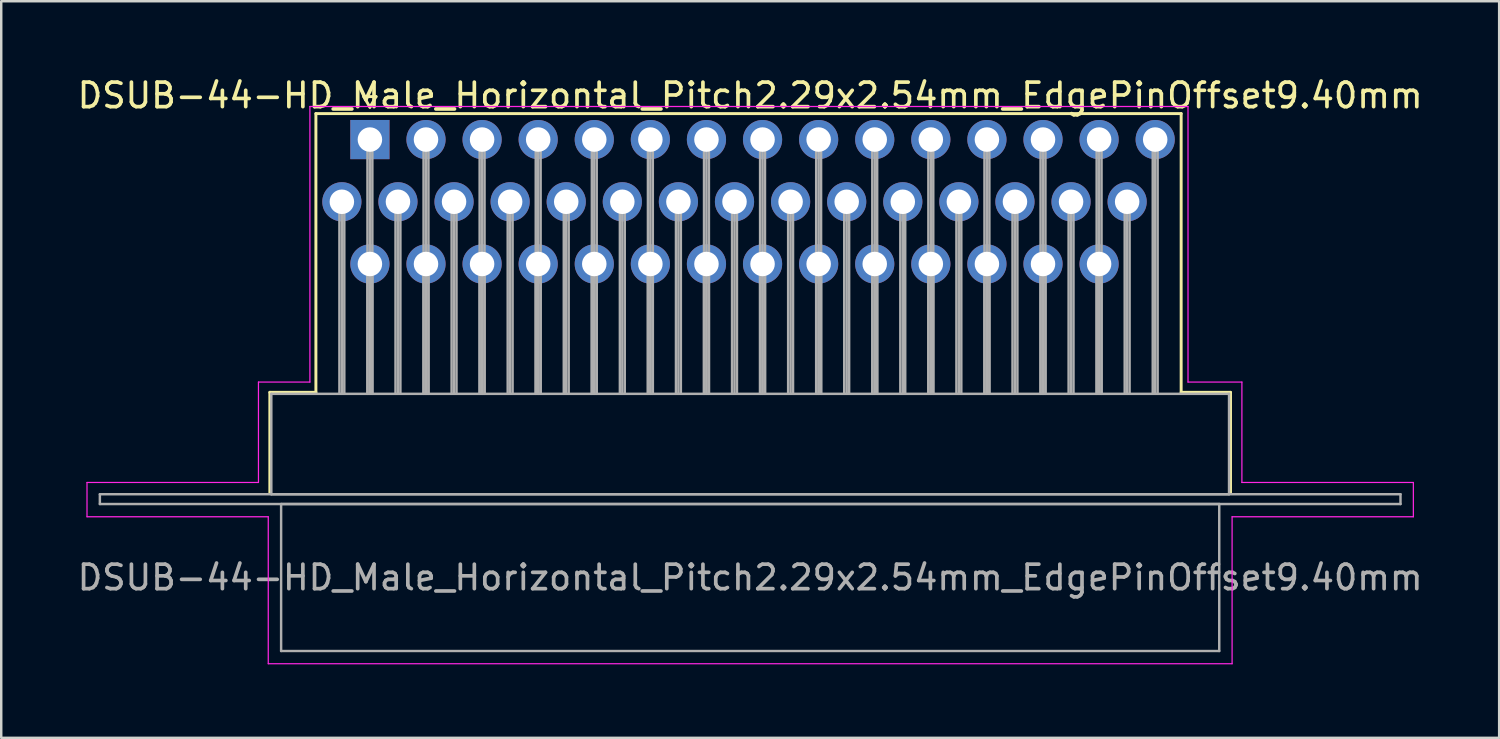
<source format=kicad_pcb>
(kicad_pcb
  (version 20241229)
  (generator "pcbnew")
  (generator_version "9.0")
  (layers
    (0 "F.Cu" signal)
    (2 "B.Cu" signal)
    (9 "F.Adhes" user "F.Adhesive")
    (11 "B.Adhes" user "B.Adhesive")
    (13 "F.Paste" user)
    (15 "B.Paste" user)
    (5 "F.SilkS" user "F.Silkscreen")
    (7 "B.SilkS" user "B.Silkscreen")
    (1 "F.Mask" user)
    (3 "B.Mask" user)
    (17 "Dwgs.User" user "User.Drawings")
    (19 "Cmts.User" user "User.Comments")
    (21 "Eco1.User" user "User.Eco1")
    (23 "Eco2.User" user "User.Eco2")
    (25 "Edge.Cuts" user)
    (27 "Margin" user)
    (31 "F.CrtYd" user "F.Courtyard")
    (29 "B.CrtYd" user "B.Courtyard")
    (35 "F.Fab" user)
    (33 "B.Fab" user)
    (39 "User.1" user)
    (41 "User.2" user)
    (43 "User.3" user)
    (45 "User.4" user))
  (footprint "DSUB-44-HD_Male_Horizontal_Pitch2.29x2.54mm_EdgePinOffset9.40mm"
    (layer "F.Cu")
    (at 12.052 2.648)
    (property "Reference" "DSUB-44-HD_Male_Horizontal_Pitch2.29x2.54mm_EdgePinOffset9.40mm" (at 15.525 -1.8 0) (layer "F.SilkS") (effects (font (size 1 1) (thickness 0.15))))
    (attr through_hole)
    (fp_line (start -4.085 10.32) (end -2.205 10.32) (stroke (width 0.12) (type solid)) (layer "F.SilkS"))
    (fp_line (start -4.085 14.42) (end -4.085 10.32) (stroke (width 0.12) (type solid)) (layer "F.SilkS"))
    (fp_line (start -2.205 -1.06) (end 33.12 -1.06) (stroke (width 0.12) (type solid)) (layer "F.SilkS"))
    (fp_line (start -2.205 10.32) (end -2.205 -1.06) (stroke (width 0.12) (type solid)) (layer "F.SilkS"))
    (fp_line (start -0.25 -1.754) (end 0.25 -1.754) (stroke (width 0.12) (type solid)) (layer "F.SilkS"))
    (fp_line (start 0 -1.321) (end -0.25 -1.754) (stroke (width 0.12) (type solid)) (layer "F.SilkS"))
    (fp_line (start 0.25 -1.754) (end 0 -1.321) (stroke (width 0.12) (type solid)) (layer "F.SilkS"))
    (fp_line (start 33.12 -1.06) (end 33.12 10.32) (stroke (width 0.12) (type solid)) (layer "F.SilkS"))
    (fp_line (start 33.12 10.32) (end 35.135 10.32) (stroke (width 0.12) (type solid)) (layer "F.SilkS"))
    (fp_line (start 35.135 10.32) (end 35.135 14.42) (stroke (width 0.12) (type solid)) (layer "F.SilkS"))
    (fp_line (start -11.55 14) (end -4.55 14) (stroke (width 0.05) (type solid)) (layer "F.CrtYd"))
    (fp_line (start -11.55 15.4) (end -11.55 14) (stroke (width 0.05) (type solid)) (layer "F.CrtYd"))
    (fp_line (start -4.55 9.9) (end -2.45 9.9) (stroke (width 0.05) (type solid)) (layer "F.CrtYd"))
    (fp_line (start -4.55 14) (end -4.55 9.9) (stroke (width 0.05) (type solid)) (layer "F.CrtYd"))
    (fp_line (start -4.15 15.4) (end -11.55 15.4) (stroke (width 0.05) (type solid)) (layer "F.CrtYd"))
    (fp_line (start -4.15 21.4) (end -4.15 15.4) (stroke (width 0.05) (type solid)) (layer "F.CrtYd"))
    (fp_line (start -2.45 -1.35) (end 33.4 -1.35) (stroke (width 0.05) (type solid)) (layer "F.CrtYd"))
    (fp_line (start -2.45 9.9) (end -2.45 -1.35) (stroke (width 0.05) (type solid)) (layer "F.CrtYd"))
    (fp_line (start 33.4 -1.35) (end 33.4 9.9) (stroke (width 0.05) (type solid)) (layer "F.CrtYd"))
    (fp_line (start 33.4 9.9) (end 35.6 9.9) (stroke (width 0.05) (type solid)) (layer "F.CrtYd"))
    (fp_line (start 35.2 15.4) (end 35.2 21.4) (stroke (width 0.05) (type solid)) (layer "F.CrtYd"))
    (fp_line (start 35.2 21.4) (end -4.15 21.4) (stroke (width 0.05) (type solid)) (layer "F.CrtYd"))
    (fp_line (start 35.6 9.9) (end 35.6 14) (stroke (width 0.05) (type solid)) (layer "F.CrtYd"))
    (fp_line (start 35.6 14) (end 42.6 14) (stroke (width 0.05) (type solid)) (layer "F.CrtYd"))
    (fp_line (start 42.6 14) (end 42.6 15.4) (stroke (width 0.05) (type solid)) (layer "F.CrtYd"))
    (fp_line (start 42.6 15.4) (end 35.2 15.4) (stroke (width 0.05) (type solid)) (layer "F.CrtYd"))
    (fp_line (start -11.025 14.48) (end -11.025 14.88) (stroke (width 0.1) (type solid)) (layer "F.Fab"))
    (fp_line (start -11.025 14.88) (end 42.075 14.88) (stroke (width 0.1) (type solid)) (layer "F.Fab"))
    (fp_line (start -4.025 10.38) (end -4.025 14.48) (stroke (width 0.1) (type solid)) (layer "F.Fab"))
    (fp_line (start -4.025 14.48) (end 35.075 14.48) (stroke (width 0.1) (type solid)) (layer "F.Fab"))
    (fp_line (start -3.625 14.88) (end -3.625 20.88) (stroke (width 0.1) (type solid)) (layer "F.Fab"))
    (fp_line (start -3.625 20.88) (end 34.675 20.88) (stroke (width 0.1) (type solid)) (layer "F.Fab"))
    (fp_line (start -1.245 2.54) (end -1.245 10.38) (stroke (width 0.1) (type solid)) (layer "F.Fab"))
    (fp_line (start -1.145 2.54) (end -1.145 10.38) (stroke (width 0.1) (type solid)) (layer "F.Fab"))
    (fp_line (start -1.045 2.54) (end -1.045 10.38) (stroke (width 0.1) (type solid)) (layer "F.Fab"))
    (fp_line (start -0.1 0) (end -0.1 10.38) (stroke (width 0.1) (type solid)) (layer "F.Fab"))
    (fp_line (start -0.1 5.08) (end -0.1 10.38) (stroke (width 0.1) (type solid)) (layer "F.Fab"))
    (fp_line (start 0 0) (end 0 10.38) (stroke (width 0.1) (type solid)) (layer "F.Fab"))
    (fp_line (start 0 5.08) (end 0 10.38) (stroke (width 0.1) (type solid)) (layer "F.Fab"))
    (fp_line (start 0.1 0) (end 0.1 10.38) (stroke (width 0.1) (type solid)) (layer "F.Fab"))
    (fp_line (start 0.1 5.08) (end 0.1 10.38) (stroke (width 0.1) (type solid)) (layer "F.Fab"))
    (fp_line (start 1.045 2.54) (end 1.045 10.38) (stroke (width 0.1) (type solid)) (layer "F.Fab"))
    (fp_line (start 1.145 2.54) (end 1.145 10.38) (stroke (width 0.1) (type solid)) (layer "F.Fab"))
    (fp_line (start 1.245 2.54) (end 1.245 10.38) (stroke (width 0.1) (type solid)) (layer "F.Fab"))
    (fp_line (start 2.19 0) (end 2.19 10.38) (stroke (width 0.1) (type solid)) (layer "F.Fab"))
    (fp_line (start 2.19 5.08) (end 2.19 10.38) (stroke (width 0.1) (type solid)) (layer "F.Fab"))
    (fp_line (start 2.29 0) (end 2.29 10.38) (stroke (width 0.1) (type solid)) (layer "F.Fab"))
    (fp_line (start 2.29 5.08) (end 2.29 10.38) (stroke (width 0.1) (type solid)) (layer "F.Fab"))
    (fp_line (start 2.39 0) (end 2.39 10.38) (stroke (width 0.1) (type solid)) (layer "F.Fab"))
    (fp_line (start 2.39 5.08) (end 2.39 10.38) (stroke (width 0.1) (type solid)) (layer "F.Fab"))
    (fp_line (start 3.335 2.54) (end 3.335 10.38) (stroke (width 0.1) (type solid)) (layer "F.Fab"))
    (fp_line (start 3.435 2.54) (end 3.435 10.38) (stroke (width 0.1) (type solid)) (layer "F.Fab"))
    (fp_line (start 3.535 2.54) (end 3.535 10.38) (stroke (width 0.1) (type solid)) (layer "F.Fab"))
    (fp_line (start 4.48 0) (end 4.48 10.38) (stroke (width 0.1) (type solid)) (layer "F.Fab"))
    (fp_line (start 4.48 5.08) (end 4.48 10.38) (stroke (width 0.1) (type solid)) (layer "F.Fab"))
    (fp_line (start 4.58 0) (end 4.58 10.38) (stroke (width 0.1) (type solid)) (layer "F.Fab"))
    (fp_line (start 4.58 5.08) (end 4.58 10.38) (stroke (width 0.1) (type solid)) (layer "F.Fab"))
    (fp_line (start 4.68 0) (end 4.68 10.38) (stroke (width 0.1) (type solid)) (layer "F.Fab"))
    (fp_line (start 4.68 5.08) (end 4.68 10.38) (stroke (width 0.1) (type solid)) (layer "F.Fab"))
    (fp_line (start 5.625 2.54) (end 5.625 10.38) (stroke (width 0.1) (type solid)) (layer "F.Fab"))
    (fp_line (start 5.725 2.54) (end 5.725 10.38) (stroke (width 0.1) (type solid)) (layer "F.Fab"))
    (fp_line (start 5.825 2.54) (end 5.825 10.38) (stroke (width 0.1) (type solid)) (layer "F.Fab"))
    (fp_line (start 6.77 0) (end 6.77 10.38) (stroke (width 0.1) (type solid)) (layer "F.Fab"))
    (fp_line (start 6.77 5.08) (end 6.77 10.38) (stroke (width 0.1) (type solid)) (layer "F.Fab"))
    (fp_line (start 6.87 0) (end 6.87 10.38) (stroke (width 0.1) (type solid)) (layer "F.Fab"))
    (fp_line (start 6.87 5.08) (end 6.87 10.38) (stroke (width 0.1) (type solid)) (layer "F.Fab"))
    (fp_line (start 6.97 0) (end 6.97 10.38) (stroke (width 0.1) (type solid)) (layer "F.Fab"))
    (fp_line (start 6.97 5.08) (end 6.97 10.38) (stroke (width 0.1) (type solid)) (layer "F.Fab"))
    (fp_line (start 7.915 2.54) (end 7.915 10.38) (stroke (width 0.1) (type solid)) (layer "F.Fab"))
    (fp_line (start 8.015 2.54) (end 8.015 10.38) (stroke (width 0.1) (type solid)) (layer "F.Fab"))
    (fp_line (start 8.115 2.54) (end 8.115 10.38) (stroke (width 0.1) (type solid)) (layer "F.Fab"))
    (fp_line (start 9.06 0) (end 9.06 10.38) (stroke (width 0.1) (type solid)) (layer "F.Fab"))
    (fp_line (start 9.06 5.08) (end 9.06 10.38) (stroke (width 0.1) (type solid)) (layer "F.Fab"))
    (fp_line (start 9.16 0) (end 9.16 10.38) (stroke (width 0.1) (type solid)) (layer "F.Fab"))
    (fp_line (start 9.16 5.08) (end 9.16 10.38) (stroke (width 0.1) (type solid)) (layer "F.Fab"))
    (fp_line (start 9.26 0) (end 9.26 10.38) (stroke (width 0.1) (type solid)) (layer "F.Fab"))
    (fp_line (start 9.26 5.08) (end 9.26 10.38) (stroke (width 0.1) (type solid)) (layer "F.Fab"))
    (fp_line (start 10.205 2.54) (end 10.205 10.38) (stroke (width 0.1) (type solid)) (layer "F.Fab"))
    (fp_line (start 10.305 2.54) (end 10.305 10.38) (stroke (width 0.1) (type solid)) (layer "F.Fab"))
    (fp_line (start 10.405 2.54) (end 10.405 10.38) (stroke (width 0.1) (type solid)) (layer "F.Fab"))
    (fp_line (start 11.35 0) (end 11.35 10.38) (stroke (width 0.1) (type solid)) (layer "F.Fab"))
    (fp_line (start 11.35 5.08) (end 11.35 10.38) (stroke (width 0.1) (type solid)) (layer "F.Fab"))
    (fp_line (start 11.45 0) (end 11.45 10.38) (stroke (width 0.1) (type solid)) (layer "F.Fab"))
    (fp_line (start 11.45 5.08) (end 11.45 10.38) (stroke (width 0.1) (type solid)) (layer "F.Fab"))
    (fp_line (start 11.55 0) (end 11.55 10.38) (stroke (width 0.1) (type solid)) (layer "F.Fab"))
    (fp_line (start 11.55 5.08) (end 11.55 10.38) (stroke (width 0.1) (type solid)) (layer "F.Fab"))
    (fp_line (start 12.495 2.54) (end 12.495 10.38) (stroke (width 0.1) (type solid)) (layer "F.Fab"))
    (fp_line (start 12.595 2.54) (end 12.595 10.38) (stroke (width 0.1) (type solid)) (layer "F.Fab"))
    (fp_line (start 12.695 2.54) (end 12.695 10.38) (stroke (width 0.1) (type solid)) (layer "F.Fab"))
    (fp_line (start 13.64 0) (end 13.64 10.38) (stroke (width 0.1) (type solid)) (layer "F.Fab"))
    (fp_line (start 13.64 5.08) (end 13.64 10.38) (stroke (width 0.1) (type solid)) (layer "F.Fab"))
    (fp_line (start 13.74 0) (end 13.74 10.38) (stroke (width 0.1) (type solid)) (layer "F.Fab"))
    (fp_line (start 13.74 5.08) (end 13.74 10.38) (stroke (width 0.1) (type solid)) (layer "F.Fab"))
    (fp_line (start 13.84 0) (end 13.84 10.38) (stroke (width 0.1) (type solid)) (layer "F.Fab"))
    (fp_line (start 13.84 5.08) (end 13.84 10.38) (stroke (width 0.1) (type solid)) (layer "F.Fab"))
    (fp_line (start 14.785 2.54) (end 14.785 10.38) (stroke (width 0.1) (type solid)) (layer "F.Fab"))
    (fp_line (start 14.885 2.54) (end 14.885 10.38) (stroke (width 0.1) (type solid)) (layer "F.Fab"))
    (fp_line (start 14.985 2.54) (end 14.985 10.38) (stroke (width 0.1) (type solid)) (layer "F.Fab"))
    (fp_line (start 15.93 0) (end 15.93 10.38) (stroke (width 0.1) (type solid)) (layer "F.Fab"))
    (fp_line (start 15.93 5.08) (end 15.93 10.38) (stroke (width 0.1) (type solid)) (layer "F.Fab"))
    (fp_line (start 16.03 0) (end 16.03 10.38) (stroke (width 0.1) (type solid)) (layer "F.Fab"))
    (fp_line (start 16.03 5.08) (end 16.03 10.38) (stroke (width 0.1) (type solid)) (layer "F.Fab"))
    (fp_line (start 16.13 0) (end 16.13 10.38) (stroke (width 0.1) (type solid)) (layer "F.Fab"))
    (fp_line (start 16.13 5.08) (end 16.13 10.38) (stroke (width 0.1) (type solid)) (layer "F.Fab"))
    (fp_line (start 17.075 2.54) (end 17.075 10.38) (stroke (width 0.1) (type solid)) (layer "F.Fab"))
    (fp_line (start 17.175 2.54) (end 17.175 10.38) (stroke (width 0.1) (type solid)) (layer "F.Fab"))
    (fp_line (start 17.275 2.54) (end 17.275 10.38) (stroke (width 0.1) (type solid)) (layer "F.Fab"))
    (fp_line (start 18.22 0) (end 18.22 10.38) (stroke (width 0.1) (type solid)) (layer "F.Fab"))
    (fp_line (start 18.22 5.08) (end 18.22 10.38) (stroke (width 0.1) (type solid)) (layer "F.Fab"))
    (fp_line (start 18.32 0) (end 18.32 10.38) (stroke (width 0.1) (type solid)) (layer "F.Fab"))
    (fp_line (start 18.32 5.08) (end 18.32 10.38) (stroke (width 0.1) (type solid)) (layer "F.Fab"))
    (fp_line (start 18.42 0) (end 18.42 10.38) (stroke (width 0.1) (type solid)) (layer "F.Fab"))
    (fp_line (start 18.42 5.08) (end 18.42 10.38) (stroke (width 0.1) (type solid)) (layer "F.Fab"))
    (fp_line (start 19.365 2.54) (end 19.365 10.38) (stroke (width 0.1) (type solid)) (layer "F.Fab"))
    (fp_line (start 19.465 2.54) (end 19.465 10.38) (stroke (width 0.1) (type solid)) (layer "F.Fab"))
    (fp_line (start 19.565 2.54) (end 19.565 10.38) (stroke (width 0.1) (type solid)) (layer "F.Fab"))
    (fp_line (start 20.51 0) (end 20.51 10.38) (stroke (width 0.1) (type solid)) (layer "F.Fab"))
    (fp_line (start 20.51 5.08) (end 20.51 10.38) (stroke (width 0.1) (type solid)) (layer "F.Fab"))
    (fp_line (start 20.61 0) (end 20.61 10.38) (stroke (width 0.1) (type solid)) (layer "F.Fab"))
    (fp_line (start 20.61 5.08) (end 20.61 10.38) (stroke (width 0.1) (type solid)) (layer "F.Fab"))
    (fp_line (start 20.71 0) (end 20.71 10.38) (stroke (width 0.1) (type solid)) (layer "F.Fab"))
    (fp_line (start 20.71 5.08) (end 20.71 10.38) (stroke (width 0.1) (type solid)) (layer "F.Fab"))
    (fp_line (start 21.655 2.54) (end 21.655 10.38) (stroke (width 0.1) (type solid)) (layer "F.Fab"))
    (fp_line (start 21.755 2.54) (end 21.755 10.38) (stroke (width 0.1) (type solid)) (layer "F.Fab"))
    (fp_line (start 21.855 2.54) (end 21.855 10.38) (stroke (width 0.1) (type solid)) (layer "F.Fab"))
    (fp_line (start 22.8 0) (end 22.8 10.38) (stroke (width 0.1) (type solid)) (layer "F.Fab"))
    (fp_line (start 22.8 5.08) (end 22.8 10.38) (stroke (width 0.1) (type solid)) (layer "F.Fab"))
    (fp_line (start 22.9 0) (end 22.9 10.38) (stroke (width 0.1) (type solid)) (layer "F.Fab"))
    (fp_line (start 22.9 5.08) (end 22.9 10.38) (stroke (width 0.1) (type solid)) (layer "F.Fab"))
    (fp_line (start 23 0) (end 23 10.38) (stroke (width 0.1) (type solid)) (layer "F.Fab"))
    (fp_line (start 23 5.08) (end 23 10.38) (stroke (width 0.1) (type solid)) (layer "F.Fab"))
    (fp_line (start 23.945 2.54) (end 23.945 10.38) (stroke (width 0.1) (type solid)) (layer "F.Fab"))
    (fp_line (start 24.045 2.54) (end 24.045 10.38) (stroke (width 0.1) (type solid)) (layer "F.Fab"))
    (fp_line (start 24.145 2.54) (end 24.145 10.38) (stroke (width 0.1) (type solid)) (layer "F.Fab"))
    (fp_line (start 25.09 0) (end 25.09 10.38) (stroke (width 0.1) (type solid)) (layer "F.Fab"))
    (fp_line (start 25.09 5.08) (end 25.09 10.38) (stroke (width 0.1) (type solid)) (layer "F.Fab"))
    (fp_line (start 25.19 0) (end 25.19 10.38) (stroke (width 0.1) (type solid)) (layer "F.Fab"))
    (fp_line (start 25.19 5.08) (end 25.19 10.38) (stroke (width 0.1) (type solid)) (layer "F.Fab"))
    (fp_line (start 25.29 0) (end 25.29 10.38) (stroke (width 0.1) (type solid)) (layer "F.Fab"))
    (fp_line (start 25.29 5.08) (end 25.29 10.38) (stroke (width 0.1) (type solid)) (layer "F.Fab"))
    (fp_line (start 26.235 2.54) (end 26.235 10.38) (stroke (width 0.1) (type solid)) (layer "F.Fab"))
    (fp_line (start 26.335 2.54) (end 26.335 10.38) (stroke (width 0.1) (type solid)) (layer "F.Fab"))
    (fp_line (start 26.435 2.54) (end 26.435 10.38) (stroke (width 0.1) (type solid)) (layer "F.Fab"))
    (fp_line (start 27.38 0) (end 27.38 10.38) (stroke (width 0.1) (type solid)) (layer "F.Fab"))
    (fp_line (start 27.38 5.08) (end 27.38 10.38) (stroke (width 0.1) (type solid)) (layer "F.Fab"))
    (fp_line (start 27.48 0) (end 27.48 10.38) (stroke (width 0.1) (type solid)) (layer "F.Fab"))
    (fp_line (start 27.48 5.08) (end 27.48 10.38) (stroke (width 0.1) (type solid)) (layer "F.Fab"))
    (fp_line (start 27.58 0) (end 27.58 10.38) (stroke (width 0.1) (type solid)) (layer "F.Fab"))
    (fp_line (start 27.58 5.08) (end 27.58 10.38) (stroke (width 0.1) (type solid)) (layer "F.Fab"))
    (fp_line (start 28.525 2.54) (end 28.525 10.38) (stroke (width 0.1) (type solid)) (layer "F.Fab"))
    (fp_line (start 28.625 2.54) (end 28.625 10.38) (stroke (width 0.1) (type solid)) (layer "F.Fab"))
    (fp_line (start 28.725 2.54) (end 28.725 10.38) (stroke (width 0.1) (type solid)) (layer "F.Fab"))
    (fp_line (start 29.67 0) (end 29.67 10.38) (stroke (width 0.1) (type solid)) (layer "F.Fab"))
    (fp_line (start 29.67 5.08) (end 29.67 10.38) (stroke (width 0.1) (type solid)) (layer "F.Fab"))
    (fp_line (start 29.77 0) (end 29.77 10.38) (stroke (width 0.1) (type solid)) (layer "F.Fab"))
    (fp_line (start 29.77 5.08) (end 29.77 10.38) (stroke (width 0.1) (type solid)) (layer "F.Fab"))
    (fp_line (start 29.87 0) (end 29.87 10.38) (stroke (width 0.1) (type solid)) (layer "F.Fab"))
    (fp_line (start 29.87 5.08) (end 29.87 10.38) (stroke (width 0.1) (type solid)) (layer "F.Fab"))
    (fp_line (start 30.815 2.54) (end 30.815 10.38) (stroke (width 0.1) (type solid)) (layer "F.Fab"))
    (fp_line (start 30.915 2.54) (end 30.915 10.38) (stroke (width 0.1) (type solid)) (layer "F.Fab"))
    (fp_line (start 31.015 2.54) (end 31.015 10.38) (stroke (width 0.1) (type solid)) (layer "F.Fab"))
    (fp_line (start 31.96 0) (end 31.96 10.38) (stroke (width 0.1) (type solid)) (layer "F.Fab"))
    (fp_line (start 32.06 0) (end 32.06 10.38) (stroke (width 0.1) (type solid)) (layer "F.Fab"))
    (fp_line (start 32.16 0) (end 32.16 10.38) (stroke (width 0.1) (type solid)) (layer "F.Fab"))
    (fp_line (start 34.675 14.88) (end -3.625 14.88) (stroke (width 0.1) (type solid)) (layer "F.Fab"))
    (fp_line (start 34.675 20.88) (end 34.675 14.88) (stroke (width 0.1) (type solid)) (layer "F.Fab"))
    (fp_line (start 35.075 10.38) (end -4.025 10.38) (stroke (width 0.1) (type solid)) (layer "F.Fab"))
    (fp_line (start 35.075 14.48) (end 35.075 10.38) (stroke (width 0.1) (type solid)) (layer "F.Fab"))
    (fp_line (start 42.075 14.48) (end -11.025 14.48) (stroke (width 0.1) (type solid)) (layer "F.Fab"))
    (fp_line (start 42.075 14.88) (end 42.075 14.48) (stroke (width 0.1) (type solid)) (layer "F.Fab"))
    (fp_text user "${REFERENCE}" (at 15.525 17.88 0) (layer "F.Fab") (effects (font (size 1 1) (thickness 0.15))))
    (pad "1" thru_hole rect (at 0 0) (size 1.6 1.6) (drill 1) (layers "*.Cu" "*.Mask"))
    (pad "2" thru_hole circle (at 2.29 0) (size 1.6 1.6) (drill 1) (layers "*.Cu" "*.Mask"))
    (pad "3" thru_hole circle (at 4.58 0) (size 1.6 1.6) (drill 1) (layers "*.Cu" "*.Mask"))
    (pad "4" thru_hole circle (at 6.87 0) (size 1.6 1.6) (drill 1) (layers "*.Cu" "*.Mask"))
    (pad "5" thru_hole circle (at 9.16 0) (size 1.6 1.6) (drill 1) (layers "*.Cu" "*.Mask"))
    (pad "6" thru_hole circle (at 11.45 0) (size 1.6 1.6) (drill 1) (layers "*.Cu" "*.Mask"))
    (pad "7" thru_hole circle (at 13.74 0) (size 1.6 1.6) (drill 1) (layers "*.Cu" "*.Mask"))
    (pad "8" thru_hole circle (at 16.03 0) (size 1.6 1.6) (drill 1) (layers "*.Cu" "*.Mask"))
    (pad "9" thru_hole circle (at 18.32 0) (size 1.6 1.6) (drill 1) (layers "*.Cu" "*.Mask"))
    (pad "10" thru_hole circle (at 20.61 0) (size 1.6 1.6) (drill 1) (layers "*.Cu" "*.Mask"))
    (pad "11" thru_hole circle (at 22.9 0) (size 1.6 1.6) (drill 1) (layers "*.Cu" "*.Mask"))
    (pad "12" thru_hole circle (at 25.19 0) (size 1.6 1.6) (drill 1) (layers "*.Cu" "*.Mask"))
    (pad "13" thru_hole circle (at 27.48 0) (size 1.6 1.6) (drill 1) (layers "*.Cu" "*.Mask"))
    (pad "14" thru_hole circle (at 29.77 0) (size 1.6 1.6) (drill 1) (layers "*.Cu" "*.Mask"))
    (pad "15" thru_hole circle (at 32.06 0) (size 1.6 1.6) (drill 1) (layers "*.Cu" "*.Mask"))
    (pad "16" thru_hole circle (at -1.145 2.54) (size 1.6 1.6) (drill 1) (layers "*.Cu" "*.Mask"))
    (pad "17" thru_hole circle (at 1.145 2.54) (size 1.6 1.6) (drill 1) (layers "*.Cu" "*.Mask"))
    (pad "18" thru_hole circle (at 3.435 2.54) (size 1.6 1.6) (drill 1) (layers "*.Cu" "*.Mask"))
    (pad "19" thru_hole circle (at 5.725 2.54) (size 1.6 1.6) (drill 1) (layers "*.Cu" "*.Mask"))
    (pad "20" thru_hole circle (at 8.015 2.54) (size 1.6 1.6) (drill 1) (layers "*.Cu" "*.Mask"))
    (pad "21" thru_hole circle (at 10.305 2.54) (size 1.6 1.6) (drill 1) (layers "*.Cu" "*.Mask"))
    (pad "22" thru_hole circle (at 12.595 2.54) (size 1.6 1.6) (drill 1) (layers "*.Cu" "*.Mask"))
    (pad "23" thru_hole circle (at 14.885 2.54) (size 1.6 1.6) (drill 1) (layers "*.Cu" "*.Mask"))
    (pad "24" thru_hole circle (at 17.175 2.54) (size 1.6 1.6) (drill 1) (layers "*.Cu" "*.Mask"))
    (pad "25" thru_hole circle (at 19.465 2.54) (size 1.6 1.6) (drill 1) (layers "*.Cu" "*.Mask"))
    (pad "26" thru_hole circle (at 21.755 2.54) (size 1.6 1.6) (drill 1) (layers "*.Cu" "*.Mask"))
    (pad "27" thru_hole circle (at 24.045 2.54) (size 1.6 1.6) (drill 1) (layers "*.Cu" "*.Mask"))
    (pad "28" thru_hole circle (at 26.335 2.54) (size 1.6 1.6) (drill 1) (layers "*.Cu" "*.Mask"))
    (pad "29" thru_hole circle (at 28.625 2.54) (size 1.6 1.6) (drill 1) (layers "*.Cu" "*.Mask"))
    (pad "30" thru_hole circle (at 30.915 2.54) (size 1.6 1.6) (drill 1) (layers "*.Cu" "*.Mask"))
    (pad "31" thru_hole circle (at 0 5.08) (size 1.6 1.6) (drill 1) (layers "*.Cu" "*.Mask"))
    (pad "32" thru_hole circle (at 2.29 5.08) (size 1.6 1.6) (drill 1) (layers "*.Cu" "*.Mask"))
    (pad "33" thru_hole circle (at 4.58 5.08) (size 1.6 1.6) (drill 1) (layers "*.Cu" "*.Mask"))
    (pad "34" thru_hole circle (at 6.87 5.08) (size 1.6 1.6) (drill 1) (layers "*.Cu" "*.Mask"))
    (pad "35" thru_hole circle (at 9.16 5.08) (size 1.6 1.6) (drill 1) (layers "*.Cu" "*.Mask"))
    (pad "36" thru_hole circle (at 11.45 5.08) (size 1.6 1.6) (drill 1) (layers "*.Cu" "*.Mask"))
    (pad "37" thru_hole circle (at 13.74 5.08) (size 1.6 1.6) (drill 1) (layers "*.Cu" "*.Mask"))
    (pad "38" thru_hole circle (at 16.03 5.08) (size 1.6 1.6) (drill 1) (layers "*.Cu" "*.Mask"))
    (pad "39" thru_hole circle (at 18.32 5.08) (size 1.6 1.6) (drill 1) (layers "*.Cu" "*.Mask"))
    (pad "40" thru_hole circle (at 20.61 5.08) (size 1.6 1.6) (drill 1) (layers "*.Cu" "*.Mask"))
    (pad "41" thru_hole circle (at 22.9 5.08) (size 1.6 1.6) (drill 1) (layers "*.Cu" "*.Mask"))
    (pad "42" thru_hole circle (at 25.19 5.08) (size 1.6 1.6) (drill 1) (layers "*.Cu" "*.Mask"))
    (pad "43" thru_hole circle (at 27.48 5.08) (size 1.6 1.6) (drill 1) (layers "*.Cu" "*.Mask"))
    (pad "44" thru_hole circle (at 29.77 5.08) (size 1.6 1.6) (drill 1) (layers "*.Cu" "*.Mask")))
  (gr_rect
    (start -3 -3)
    (end 58.155 27.073)
    (stroke (width 0.1) (type default))
    (fill no)
    (layer "Edge.Cuts")))
</source>
